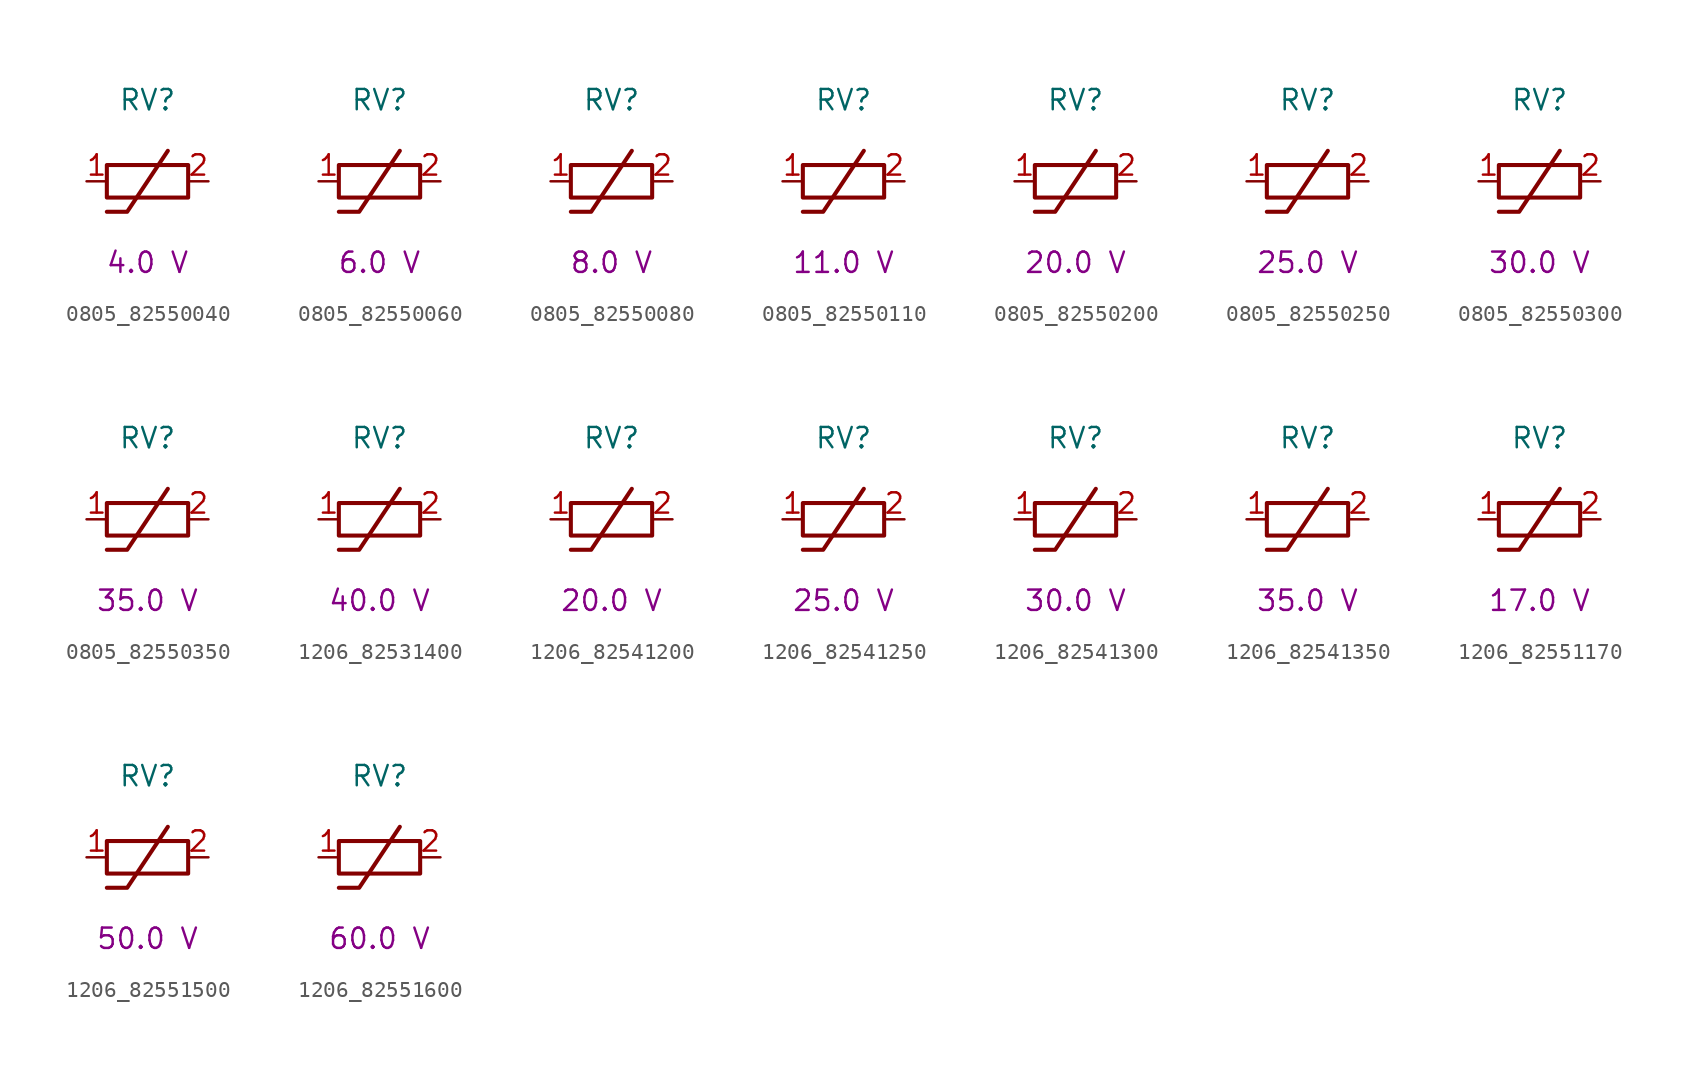
<source format=kicad_sym>
(kicad_symbol_lib
  (version 20220914)
  (generator kicad_symbol_editor)
  (symbol "0805_82550040"
    (pin_names hide)
    (property "Reference" "RV"
      (at 0 5.08 0)
      (effects (font (size 1.27 1.27))))
    (property "Critical Parameter" "4.0 V"
      (at 0 -5.08 0)
      (effects (font (size 1.27 1.27))))
    (symbol "0805_82550040_0_1"
      (rectangle (start -2.54 1.016) (end 2.54 -1.016) (stroke (width 0.254) (type default)) (fill (type none))))
    (symbol "0805_82550040_1_1"
      (polyline (pts (xy -2.54 -1.905) (xy -1.27 -1.905) (xy 1.27 1.905)) (stroke (width 0.254) (type default)) (fill (type none)))
      (pin passive line (at -3.81 0 0) (length 1.27) (name "~" (effects (font (size 1.27 1.27)))) (number "1" (effects (font (size 1.27 1.27)))))
      (pin passive line (at 3.81 0 180) (length 1.27) (name "~" (effects (font (size 1.27 1.27)))) (number "2" (effects (font (size 1.27 1.27)))))))
  (symbol "0805_82550060"
    (pin_names hide)
    (property "Reference" "RV"
      (at 0 5.08 0)
      (effects (font (size 1.27 1.27))))
    (property "Critical Parameter" "6.0 V"
      (at 0 -5.08 0)
      (effects (font (size 1.27 1.27))))
    (symbol "0805_82550060_0_1"
      (rectangle (start -2.54 1.016) (end 2.54 -1.016) (stroke (width 0.254) (type default)) (fill (type none))))
    (symbol "0805_82550060_1_1"
      (polyline (pts (xy -2.54 -1.905) (xy -1.27 -1.905) (xy 1.27 1.905)) (stroke (width 0.254) (type default)) (fill (type none)))
      (pin passive line (at -3.81 0 0) (length 1.27) (name "~" (effects (font (size 1.27 1.27)))) (number "1" (effects (font (size 1.27 1.27)))))
      (pin passive line (at 3.81 0 180) (length 1.27) (name "~" (effects (font (size 1.27 1.27)))) (number "2" (effects (font (size 1.27 1.27)))))))
  (symbol "0805_82550080"
    (pin_names hide)
    (property "Reference" "RV"
      (at 0 5.08 0)
      (effects (font (size 1.27 1.27))))
    (property "Critical Parameter" "8.0 V"
      (at 0 -5.08 0)
      (effects (font (size 1.27 1.27))))
    (symbol "0805_82550080_0_1"
      (rectangle (start -2.54 1.016) (end 2.54 -1.016) (stroke (width 0.254) (type default)) (fill (type none))))
    (symbol "0805_82550080_1_1"
      (polyline (pts (xy -2.54 -1.905) (xy -1.27 -1.905) (xy 1.27 1.905)) (stroke (width 0.254) (type default)) (fill (type none)))
      (pin passive line (at -3.81 0 0) (length 1.27) (name "~" (effects (font (size 1.27 1.27)))) (number "1" (effects (font (size 1.27 1.27)))))
      (pin passive line (at 3.81 0 180) (length 1.27) (name "~" (effects (font (size 1.27 1.27)))) (number "2" (effects (font (size 1.27 1.27)))))))
  (symbol "0805_82550110"
    (pin_names hide)
    (property "Reference" "RV"
      (at 0 5.08 0)
      (effects (font (size 1.27 1.27))))
    (property "Critical Parameter" "11.0 V"
      (at 0 -5.08 0)
      (effects (font (size 1.27 1.27))))
    (symbol "0805_82550110_0_1"
      (rectangle (start -2.54 1.016) (end 2.54 -1.016) (stroke (width 0.254) (type default)) (fill (type none))))
    (symbol "0805_82550110_1_1"
      (polyline (pts (xy -2.54 -1.905) (xy -1.27 -1.905) (xy 1.27 1.905)) (stroke (width 0.254) (type default)) (fill (type none)))
      (pin passive line (at -3.81 0 0) (length 1.27) (name "~" (effects (font (size 1.27 1.27)))) (number "1" (effects (font (size 1.27 1.27)))))
      (pin passive line (at 3.81 0 180) (length 1.27) (name "~" (effects (font (size 1.27 1.27)))) (number "2" (effects (font (size 1.27 1.27)))))))
  (symbol "0805_82550200"
    (pin_names hide)
    (property "Reference" "RV"
      (at 0 5.08 0)
      (effects (font (size 1.27 1.27))))
    (property "Critical Parameter" "20.0 V"
      (at 0 -5.08 0)
      (effects (font (size 1.27 1.27))))
    (symbol "0805_82550200_0_1"
      (rectangle (start -2.54 1.016) (end 2.54 -1.016) (stroke (width 0.254) (type default)) (fill (type none))))
    (symbol "0805_82550200_1_1"
      (polyline (pts (xy -2.54 -1.905) (xy -1.27 -1.905) (xy 1.27 1.905)) (stroke (width 0.254) (type default)) (fill (type none)))
      (pin passive line (at -3.81 0 0) (length 1.27) (name "~" (effects (font (size 1.27 1.27)))) (number "1" (effects (font (size 1.27 1.27)))))
      (pin passive line (at 3.81 0 180) (length 1.27) (name "~" (effects (font (size 1.27 1.27)))) (number "2" (effects (font (size 1.27 1.27)))))))
  (symbol "0805_82550250"
    (pin_names hide)
    (property "Reference" "RV"
      (at 0 5.08 0)
      (effects (font (size 1.27 1.27))))
    (property "Critical Parameter" "25.0 V"
      (at 0 -5.08 0)
      (effects (font (size 1.27 1.27))))
    (symbol "0805_82550250_0_1"
      (rectangle (start -2.54 1.016) (end 2.54 -1.016) (stroke (width 0.254) (type default)) (fill (type none))))
    (symbol "0805_82550250_1_1"
      (polyline (pts (xy -2.54 -1.905) (xy -1.27 -1.905) (xy 1.27 1.905)) (stroke (width 0.254) (type default)) (fill (type none)))
      (pin passive line (at -3.81 0 0) (length 1.27) (name "~" (effects (font (size 1.27 1.27)))) (number "1" (effects (font (size 1.27 1.27)))))
      (pin passive line (at 3.81 0 180) (length 1.27) (name "~" (effects (font (size 1.27 1.27)))) (number "2" (effects (font (size 1.27 1.27)))))))
  (symbol "0805_82550300"
    (pin_names hide)
    (property "Reference" "RV"
      (at 0 5.08 0)
      (effects (font (size 1.27 1.27))))
    (property "Critical Parameter" "30.0 V"
      (at 0 -5.08 0)
      (effects (font (size 1.27 1.27))))
    (symbol "0805_82550300_0_1"
      (rectangle (start -2.54 1.016) (end 2.54 -1.016) (stroke (width 0.254) (type default)) (fill (type none))))
    (symbol "0805_82550300_1_1"
      (polyline (pts (xy -2.54 -1.905) (xy -1.27 -1.905) (xy 1.27 1.905)) (stroke (width 0.254) (type default)) (fill (type none)))
      (pin passive line (at -3.81 0 0) (length 1.27) (name "~" (effects (font (size 1.27 1.27)))) (number "1" (effects (font (size 1.27 1.27)))))
      (pin passive line (at 3.81 0 180) (length 1.27) (name "~" (effects (font (size 1.27 1.27)))) (number "2" (effects (font (size 1.27 1.27)))))))
  (symbol "0805_82550350"
    (pin_names hide)
    (property "Reference" "RV"
      (at 0 5.08 0)
      (effects (font (size 1.27 1.27))))
    (property "Critical Parameter" "35.0 V"
      (at 0 -5.08 0)
      (effects (font (size 1.27 1.27))))
    (symbol "0805_82550350_0_1"
      (rectangle (start -2.54 1.016) (end 2.54 -1.016) (stroke (width 0.254) (type default)) (fill (type none))))
    (symbol "0805_82550350_1_1"
      (polyline (pts (xy -2.54 -1.905) (xy -1.27 -1.905) (xy 1.27 1.905)) (stroke (width 0.254) (type default)) (fill (type none)))
      (pin passive line (at -3.81 0 0) (length 1.27) (name "~" (effects (font (size 1.27 1.27)))) (number "1" (effects (font (size 1.27 1.27)))))
      (pin passive line (at 3.81 0 180) (length 1.27) (name "~" (effects (font (size 1.27 1.27)))) (number "2" (effects (font (size 1.27 1.27)))))))
  (symbol "1206_82531400"
    (pin_names hide)
    (property "Reference" "RV"
      (at 0 5.08 0)
      (effects (font (size 1.27 1.27))))
    (property "Critical Parameter" "40.0 V"
      (at 0 -5.08 0)
      (effects (font (size 1.27 1.27))))
    (symbol "1206_82531400_0_1"
      (rectangle (start -2.54 1.016) (end 2.54 -1.016) (stroke (width 0.254) (type default)) (fill (type none))))
    (symbol "1206_82531400_1_1"
      (polyline (pts (xy -2.54 -1.905) (xy -1.27 -1.905) (xy 1.27 1.905)) (stroke (width 0.254) (type default)) (fill (type none)))
      (pin passive line (at -3.81 0 0) (length 1.27) (name "~" (effects (font (size 1.27 1.27)))) (number "1" (effects (font (size 1.27 1.27)))))
      (pin passive line (at 3.81 0 180) (length 1.27) (name "~" (effects (font (size 1.27 1.27)))) (number "2" (effects (font (size 1.27 1.27)))))))
  (symbol "1206_82541200"
    (pin_names hide)
    (property "Reference" "RV"
      (at 0 5.08 0)
      (effects (font (size 1.27 1.27))))
    (property "Critical Parameter" "20.0 V"
      (at 0 -5.08 0)
      (effects (font (size 1.27 1.27))))
    (symbol "1206_82541200_0_1"
      (rectangle (start -2.54 1.016) (end 2.54 -1.016) (stroke (width 0.254) (type default)) (fill (type none))))
    (symbol "1206_82541200_1_1"
      (polyline (pts (xy -2.54 -1.905) (xy -1.27 -1.905) (xy 1.27 1.905)) (stroke (width 0.254) (type default)) (fill (type none)))
      (pin passive line (at -3.81 0 0) (length 1.27) (name "~" (effects (font (size 1.27 1.27)))) (number "1" (effects (font (size 1.27 1.27)))))
      (pin passive line (at 3.81 0 180) (length 1.27) (name "~" (effects (font (size 1.27 1.27)))) (number "2" (effects (font (size 1.27 1.27)))))))
  (symbol "1206_82541250"
    (pin_names hide)
    (property "Reference" "RV"
      (at 0 5.08 0)
      (effects (font (size 1.27 1.27))))
    (property "Critical Parameter" "25.0 V"
      (at 0 -5.08 0)
      (effects (font (size 1.27 1.27))))
    (symbol "1206_82541250_0_1"
      (rectangle (start -2.54 1.016) (end 2.54 -1.016) (stroke (width 0.254) (type default)) (fill (type none))))
    (symbol "1206_82541250_1_1"
      (polyline (pts (xy -2.54 -1.905) (xy -1.27 -1.905) (xy 1.27 1.905)) (stroke (width 0.254) (type default)) (fill (type none)))
      (pin passive line (at -3.81 0 0) (length 1.27) (name "~" (effects (font (size 1.27 1.27)))) (number "1" (effects (font (size 1.27 1.27)))))
      (pin passive line (at 3.81 0 180) (length 1.27) (name "~" (effects (font (size 1.27 1.27)))) (number "2" (effects (font (size 1.27 1.27)))))))
  (symbol "1206_82541300"
    (pin_names hide)
    (property "Reference" "RV"
      (at 0 5.08 0)
      (effects (font (size 1.27 1.27))))
    (property "Critical Parameter" "30.0 V"
      (at 0 -5.08 0)
      (effects (font (size 1.27 1.27))))
    (symbol "1206_82541300_0_1"
      (rectangle (start -2.54 1.016) (end 2.54 -1.016) (stroke (width 0.254) (type default)) (fill (type none))))
    (symbol "1206_82541300_1_1"
      (polyline (pts (xy -2.54 -1.905) (xy -1.27 -1.905) (xy 1.27 1.905)) (stroke (width 0.254) (type default)) (fill (type none)))
      (pin passive line (at -3.81 0 0) (length 1.27) (name "~" (effects (font (size 1.27 1.27)))) (number "1" (effects (font (size 1.27 1.27)))))
      (pin passive line (at 3.81 0 180) (length 1.27) (name "~" (effects (font (size 1.27 1.27)))) (number "2" (effects (font (size 1.27 1.27)))))))
  (symbol "1206_82541350"
    (pin_names hide)
    (property "Reference" "RV"
      (at 0 5.08 0)
      (effects (font (size 1.27 1.27))))
    (property "Critical Parameter" "35.0 V"
      (at 0 -5.08 0)
      (effects (font (size 1.27 1.27))))
    (symbol "1206_82541350_0_1"
      (rectangle (start -2.54 1.016) (end 2.54 -1.016) (stroke (width 0.254) (type default)) (fill (type none))))
    (symbol "1206_82541350_1_1"
      (polyline (pts (xy -2.54 -1.905) (xy -1.27 -1.905) (xy 1.27 1.905)) (stroke (width 0.254) (type default)) (fill (type none)))
      (pin passive line (at -3.81 0 0) (length 1.27) (name "~" (effects (font (size 1.27 1.27)))) (number "1" (effects (font (size 1.27 1.27)))))
      (pin passive line (at 3.81 0 180) (length 1.27) (name "~" (effects (font (size 1.27 1.27)))) (number "2" (effects (font (size 1.27 1.27)))))))
  (symbol "1206_82551170"
    (pin_names hide)
    (property "Reference" "RV"
      (at 0 5.08 0)
      (effects (font (size 1.27 1.27))))
    (property "Critical Parameter" "17.0 V"
      (at 0 -5.08 0)
      (effects (font (size 1.27 1.27))))
    (symbol "1206_82551170_0_1"
      (rectangle (start -2.54 1.016) (end 2.54 -1.016) (stroke (width 0.254) (type default)) (fill (type none))))
    (symbol "1206_82551170_1_1"
      (polyline (pts (xy -2.54 -1.905) (xy -1.27 -1.905) (xy 1.27 1.905)) (stroke (width 0.254) (type default)) (fill (type none)))
      (pin passive line (at -3.81 0 0) (length 1.27) (name "~" (effects (font (size 1.27 1.27)))) (number "1" (effects (font (size 1.27 1.27)))))
      (pin passive line (at 3.81 0 180) (length 1.27) (name "~" (effects (font (size 1.27 1.27)))) (number "2" (effects (font (size 1.27 1.27)))))))
  (symbol "1206_82551500"
    (pin_names hide)
    (property "Reference" "RV"
      (at 0 5.08 0)
      (effects (font (size 1.27 1.27))))
    (property "Critical Parameter" "50.0 V"
      (at 0 -5.08 0)
      (effects (font (size 1.27 1.27))))
    (symbol "1206_82551500_0_1"
      (rectangle (start -2.54 1.016) (end 2.54 -1.016) (stroke (width 0.254) (type default)) (fill (type none))))
    (symbol "1206_82551500_1_1"
      (polyline (pts (xy -2.54 -1.905) (xy -1.27 -1.905) (xy 1.27 1.905)) (stroke (width 0.254) (type default)) (fill (type none)))
      (pin passive line (at -3.81 0 0) (length 1.27) (name "~" (effects (font (size 1.27 1.27)))) (number "1" (effects (font (size 1.27 1.27)))))
      (pin passive line (at 3.81 0 180) (length 1.27) (name "~" (effects (font (size 1.27 1.27)))) (number "2" (effects (font (size 1.27 1.27)))))))
  (symbol "1206_82551600"
    (pin_names hide)
    (property "Reference" "RV"
      (at 0 5.08 0)
      (effects (font (size 1.27 1.27))))
    (property "Critical Parameter" "60.0 V"
      (at 0 -5.08 0)
      (effects (font (size 1.27 1.27))))
    (symbol "1206_82551600_0_1"
      (rectangle (start -2.54 1.016) (end 2.54 -1.016) (stroke (width 0.254) (type default)) (fill (type none))))
    (symbol "1206_82551600_1_1"
      (polyline (pts (xy -2.54 -1.905) (xy -1.27 -1.905) (xy 1.27 1.905)) (stroke (width 0.254) (type default)) (fill (type none)))
      (pin passive line (at -3.81 0 0) (length 1.27) (name "~" (effects (font (size 1.27 1.27)))) (number "1" (effects (font (size 1.27 1.27)))))
      (pin passive line (at 3.81 0 180) (length 1.27) (name "~" (effects (font (size 1.27 1.27)))) (number "2" (effects (font (size 1.27 1.27))))))))
</source>
